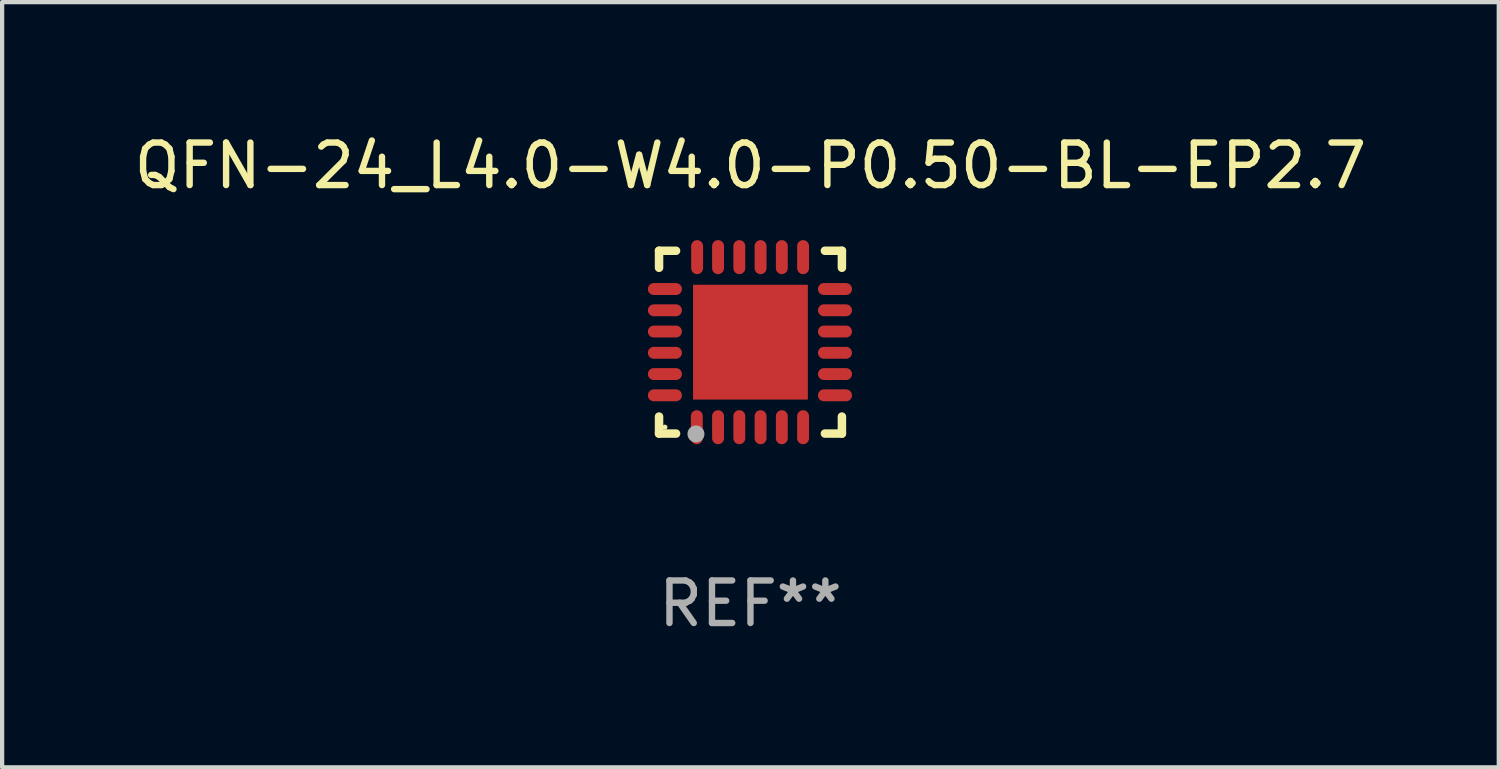
<source format=kicad_pcb>
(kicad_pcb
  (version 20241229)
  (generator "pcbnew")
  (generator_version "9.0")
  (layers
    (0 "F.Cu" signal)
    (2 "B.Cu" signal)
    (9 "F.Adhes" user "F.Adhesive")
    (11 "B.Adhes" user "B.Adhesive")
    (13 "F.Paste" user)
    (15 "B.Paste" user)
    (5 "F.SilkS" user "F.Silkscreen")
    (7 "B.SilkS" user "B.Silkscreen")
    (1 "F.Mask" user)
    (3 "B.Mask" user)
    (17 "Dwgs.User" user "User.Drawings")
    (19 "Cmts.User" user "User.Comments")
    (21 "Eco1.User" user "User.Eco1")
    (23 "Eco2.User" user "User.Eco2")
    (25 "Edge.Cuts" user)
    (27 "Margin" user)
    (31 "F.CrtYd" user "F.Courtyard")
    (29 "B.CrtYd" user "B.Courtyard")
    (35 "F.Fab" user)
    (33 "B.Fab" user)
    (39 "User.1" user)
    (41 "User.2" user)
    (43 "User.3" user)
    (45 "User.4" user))
  (footprint "QFN-24_L4.0-W4.0-P0.50-BL-EP2.7"
    (layer "F.Cu")
    (at 14.589 4.998)
    (property "Reference" "QFN-24_L4.0-W4.0-P0.50-BL-EP2.7" (at 0.012 -4.15 0) (layer "F.SilkS") (effects (font (size 1 1) (thickness 0.15))))
    (attr smd)
    (fp_line (start -2.138 -2.15) (end -1.738 -2.15) (stroke (width 0.2) (type solid)) (layer "F.SilkS"))
    (fp_line (start -2.138 -1.75) (end -2.138 -2.15) (stroke (width 0.2) (type solid)) (layer "F.SilkS"))
    (fp_line (start -2.138 2.15) (end -2.138 1.75) (stroke (width 0.2) (type solid)) (layer "F.SilkS"))
    (fp_line (start -1.738 2.15) (end -2.138 2.15) (stroke (width 0.2) (type solid)) (layer "F.SilkS"))
    (fp_line (start 2.163 -2.15) (end 1.763 -2.15) (stroke (width 0.2) (type solid)) (layer "F.SilkS"))
    (fp_line (start 2.163 -1.75) (end 2.163 -2.15) (stroke (width 0.2) (type solid)) (layer "F.SilkS"))
    (fp_line (start 2.163 1.75) (end 2.163 2.15) (stroke (width 0.2) (type solid)) (layer "F.SilkS"))
    (fp_line (start 2.163 2.15) (end 1.763 2.15) (stroke (width 0.2) (type solid)) (layer "F.SilkS"))
    (fp_circle (center -2 2) (end -1.97 2) (stroke (width 0.06) (type solid)) (fill no) (layer "F.SilkS"))
    (fp_circle (center -1.27 2.159) (end -1.17 2.159) (stroke (width 0.2) (type solid)) (fill no) (layer "F.Fab"))
    (fp_text user "REF**" (at 0.012 6.15 0) (layer "F.Fab") (effects (font (size 1 1) (thickness 0.15))))
    (pad "1" smd oval (at -1.25 2) (size 0.28 0.8) (layers "F.Cu" "F.Mask" "F.Paste"))
    (pad "2" smd oval (at -0.75 2) (size 0.28 0.8) (layers "F.Cu" "F.Mask" "F.Paste"))
    (pad "3" smd oval (at -0.25 2) (size 0.28 0.8) (layers "F.Cu" "F.Mask" "F.Paste"))
    (pad "4" smd oval (at 0.25 2) (size 0.28 0.8) (layers "F.Cu" "F.Mask" "F.Paste"))
    (pad "5" smd oval (at 0.75 2) (size 0.28 0.8) (layers "F.Cu" "F.Mask" "F.Paste"))
    (pad "6" smd oval (at 1.25 2) (size 0.28 0.8) (layers "F.Cu" "F.Mask" "F.Paste"))
    (pad "7" smd oval (at 2 1.25) (size 0.8 0.28) (layers "F.Cu" "F.Mask" "F.Paste"))
    (pad "8" smd oval (at 2 0.75) (size 0.8 0.28) (layers "F.Cu" "F.Mask" "F.Paste"))
    (pad "9" smd oval (at 2 0.25) (size 0.8 0.28) (layers "F.Cu" "F.Mask" "F.Paste"))
    (pad "10" smd oval (at 2 -0.25) (size 0.8 0.28) (layers "F.Cu" "F.Mask" "F.Paste"))
    (pad "11" smd oval (at 2 -0.75) (size 0.8 0.28) (layers "F.Cu" "F.Mask" "F.Paste"))
    (pad "12" smd oval (at 2 -1.25) (size 0.8 0.28) (layers "F.Cu" "F.Mask" "F.Paste"))
    (pad "13" smd oval (at 1.25 -2) (size 0.28 0.8) (layers "F.Cu" "F.Mask" "F.Paste"))
    (pad "14" smd oval (at 0.75 -2) (size 0.28 0.8) (layers "F.Cu" "F.Mask" "F.Paste"))
    (pad "15" smd oval (at 0.25 -2) (size 0.28 0.8) (layers "F.Cu" "F.Mask" "F.Paste"))
    (pad "16" smd oval (at -0.25 -2) (size 0.28 0.8) (layers "F.Cu" "F.Mask" "F.Paste"))
    (pad "17" smd oval (at -0.75 -2) (size 0.28 0.8) (layers "F.Cu" "F.Mask" "F.Paste"))
    (pad "18" smd oval (at -1.242 -2) (size 0.28 0.8) (layers "F.Cu" "F.Mask" "F.Paste"))
    (pad "19" smd oval (at -2 -1.25) (size 0.8 0.28) (layers "F.Cu" "F.Mask" "F.Paste"))
    (pad "20" smd oval (at -2 -0.75) (size 0.8 0.28) (layers "F.Cu" "F.Mask" "F.Paste"))
    (pad "21" smd oval (at -2 -0.25) (size 0.8 0.28) (layers "F.Cu" "F.Mask" "F.Paste"))
    (pad "22" smd oval (at -2 0.25) (size 0.8 0.28) (layers "F.Cu" "F.Mask" "F.Paste"))
    (pad "23" smd oval (at -2 0.75) (size 0.8 0.28) (layers "F.Cu" "F.Mask" "F.Paste"))
    (pad "24" smd oval (at -2 1.25) (size 0.8 0.28) (layers "F.Cu" "F.Mask" "F.Paste"))
    (pad "25" smd rect (at 0.012 0) (size 2.7 2.7) (layers "F.Cu" "F.Mask" "F.Paste")))
  (gr_rect
    (start -3 -3)
    (end 32.202 14.997)
    (stroke (width 0.1) (type default))
    (fill no)
    (layer "Edge.Cuts")))
</source>
